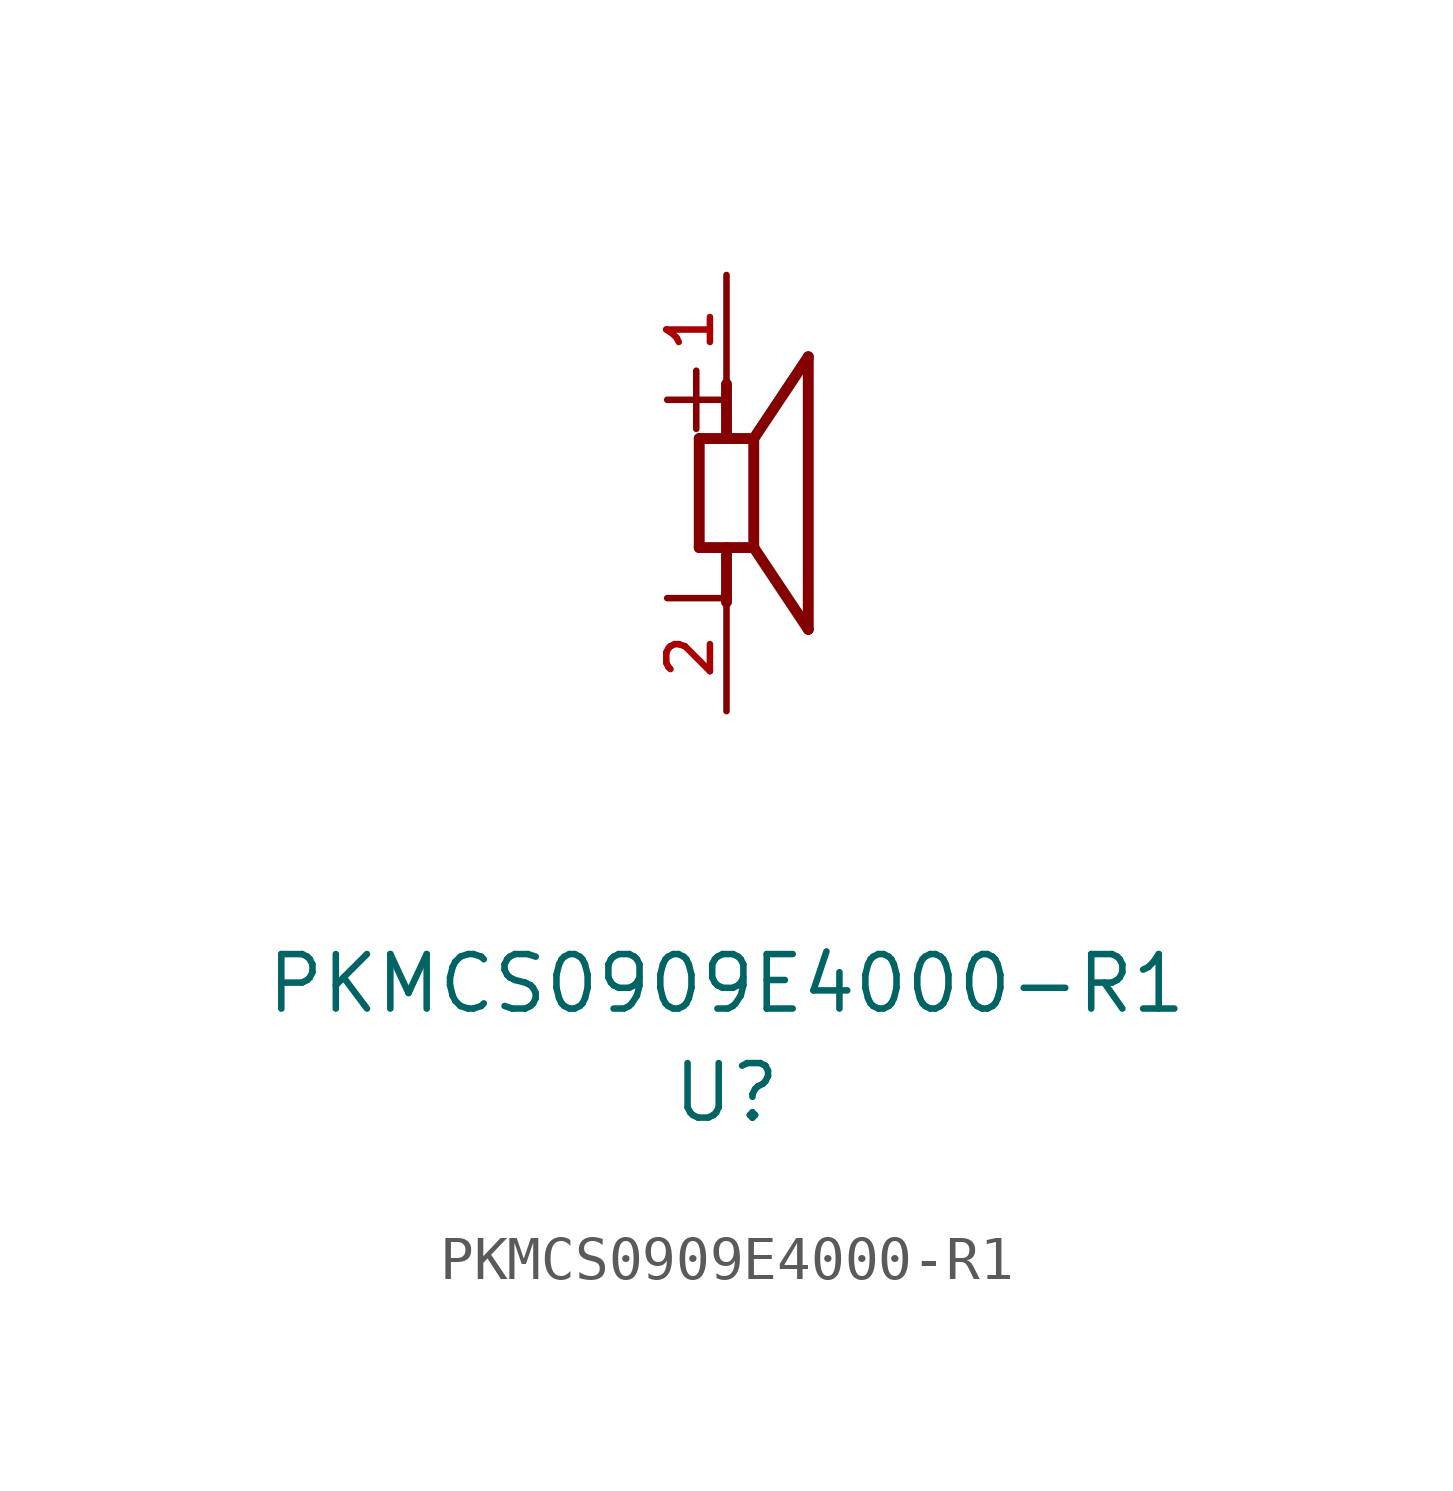
<source format=kicad_sym>
(kicad_symbol_lib
  (version 20211014)
  (generator kicad_symbol_editor)
  (symbol "PKMCS0909E4000-R1"
    (property "Reference" "U"
      (at 0 -13.97 0)
      (effects (font (size 1.27 1.27))))
    (property "Value" "PKMCS0909E4000-R1"
      (at 0 -11.43 0)
      (effects (font (size 1.27 1.27))))
    (symbol "PKMCS0909E4000-R1_0_0"
      (polyline (pts (xy -0.635 -1.27) (xy -0.635 1.27)) (stroke (width 0.254) (type default) (color 0 0 0 0)) (fill (type none)))
      (polyline (pts (xy -0.635 1.27) (xy 0 1.27)) (stroke (width 0.254) (type default) (color 0 0 0 0)) (fill (type none)))
      (polyline (pts (xy 0 -1.27) (xy -0.635 -1.27)) (stroke (width 0.254) (type default) (color 0 0 0 0)) (fill (type none)))
      (polyline (pts (xy 0 -1.27) (xy 0 -2.54)) (stroke (width 0.254) (type default) (color 0 0 0 0)) (fill (type none)))
      (polyline (pts (xy 0 1.27) (xy 0 2.54)) (stroke (width 0.254) (type default) (color 0 0 0 0)) (fill (type none)))
      (polyline (pts (xy 0 1.27) (xy 0.635 1.27)) (stroke (width 0.254) (type default) (color 0 0 0 0)) (fill (type none)))
      (polyline (pts (xy 0.635 -1.27) (xy 0 -1.27)) (stroke (width 0.254) (type default) (color 0 0 0 0)) (fill (type none)))
      (polyline (pts (xy 0.635 1.27) (xy 0.635 -1.27)) (stroke (width 0.254) (type default) (color 0 0 0 0)) (fill (type none)))
      (polyline (pts (xy 0.635 1.27) (xy 1.905 3.175)) (stroke (width 0.254) (type default) (color 0 0 0 0)) (fill (type none)))
      (polyline (pts (xy 1.905 -3.175) (xy 0.635 -1.27)) (stroke (width 0.254) (type default) (color 0 0 0 0)) (fill (type none)))
      (polyline (pts (xy 1.905 3.175) (xy 1.905 -3.175)) (stroke (width 0.254) (type default) (color 0 0 0 0)) (fill (type none)))
      (text "+" (at -1.905 1.27 0) (effects (font (size 1.778 1.778)) (justify left bottom)))
      (text "-" (at -1.905 -1.27 0) (effects (font (size 1.778 1.778)) (justify left top)))
      (pin passive line (at 0 5.08 270) (length 2.54) (name "~" (effects (font (size 1.016 1.016)))) (number "1" (effects (font (size 1.016 1.016)))))
      (pin passive line (at 0 -5.08 90) (length 2.54) (name "~" (effects (font (size 1.016 1.016)))) (number "2" (effects (font (size 1.016 1.016))))))))
</source>
